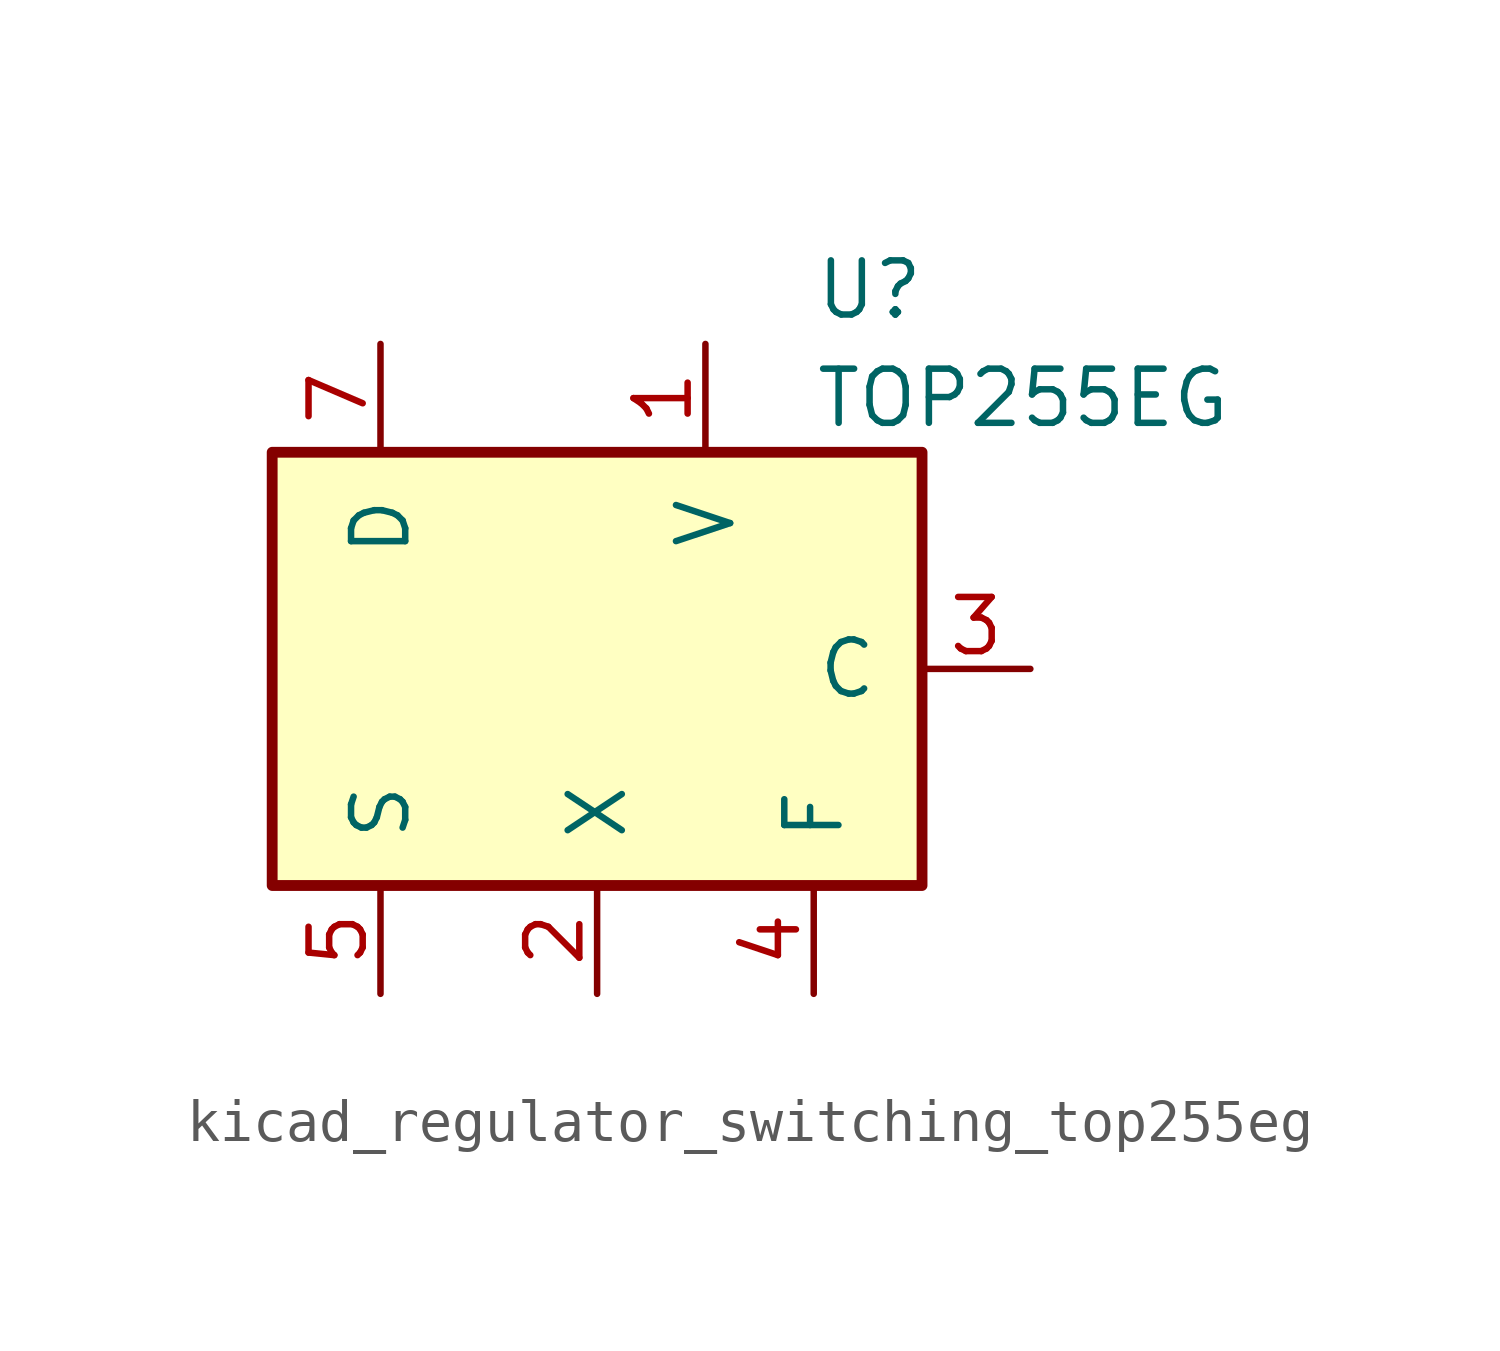
<source format=kicad_sym>
(kicad_symbol_lib
  (version 20220914)
  (generator kicad_symbol_editor)
  (symbol "kicad_regulator_switching_top255eg"
    (pin_names
      (offset 1.016))
    (property "Reference" "U"
      (at 5.08 8.89 0)
      (effects (font (size 1.27 1.27)) (justify left)))
    (property "Value" "TOP255EG"
      (at 5.08 6.35 0)
      (effects (font (size 1.27 1.27)) (justify left)))
    (symbol "kicad_regulator_switching_top255eg_0_1"
      (rectangle (start -7.62 5.08) (end 7.62 -5.08) (stroke (width 0.254) (type default)) (fill (type background))))
    (symbol "kicad_regulator_switching_top255eg_1_1"
      (pin input line (at 2.54 7.62 270) (length 2.54) (name "V" (effects (font (size 1.27 1.27)))) (number "1" (effects (font (size 1.27 1.27)))))
      (pin input line (at 0 -7.62 90) (length 2.54) (name "X" (effects (font (size 1.27 1.27)))) (number "2" (effects (font (size 1.27 1.27)))))
      (pin input line (at 10.16 0 180) (length 2.54) (name "C" (effects (font (size 1.27 1.27)))) (number "3" (effects (font (size 1.27 1.27)))))
      (pin passive line (at 5.08 -7.62 90) (length 2.54) (name "F" (effects (font (size 1.27 1.27)))) (number "4" (effects (font (size 1.27 1.27)))))
      (pin power_in line (at -5.08 -7.62 90) (length 2.54) (name "S" (effects (font (size 1.27 1.27)))) (number "5" (effects (font (size 1.27 1.27)))))
      (pin open_collector line (at -5.08 7.62 270) (length 2.54) (name "D" (effects (font (size 1.27 1.27)))) (number "7" (effects (font (size 1.27 1.27))))))))
</source>
